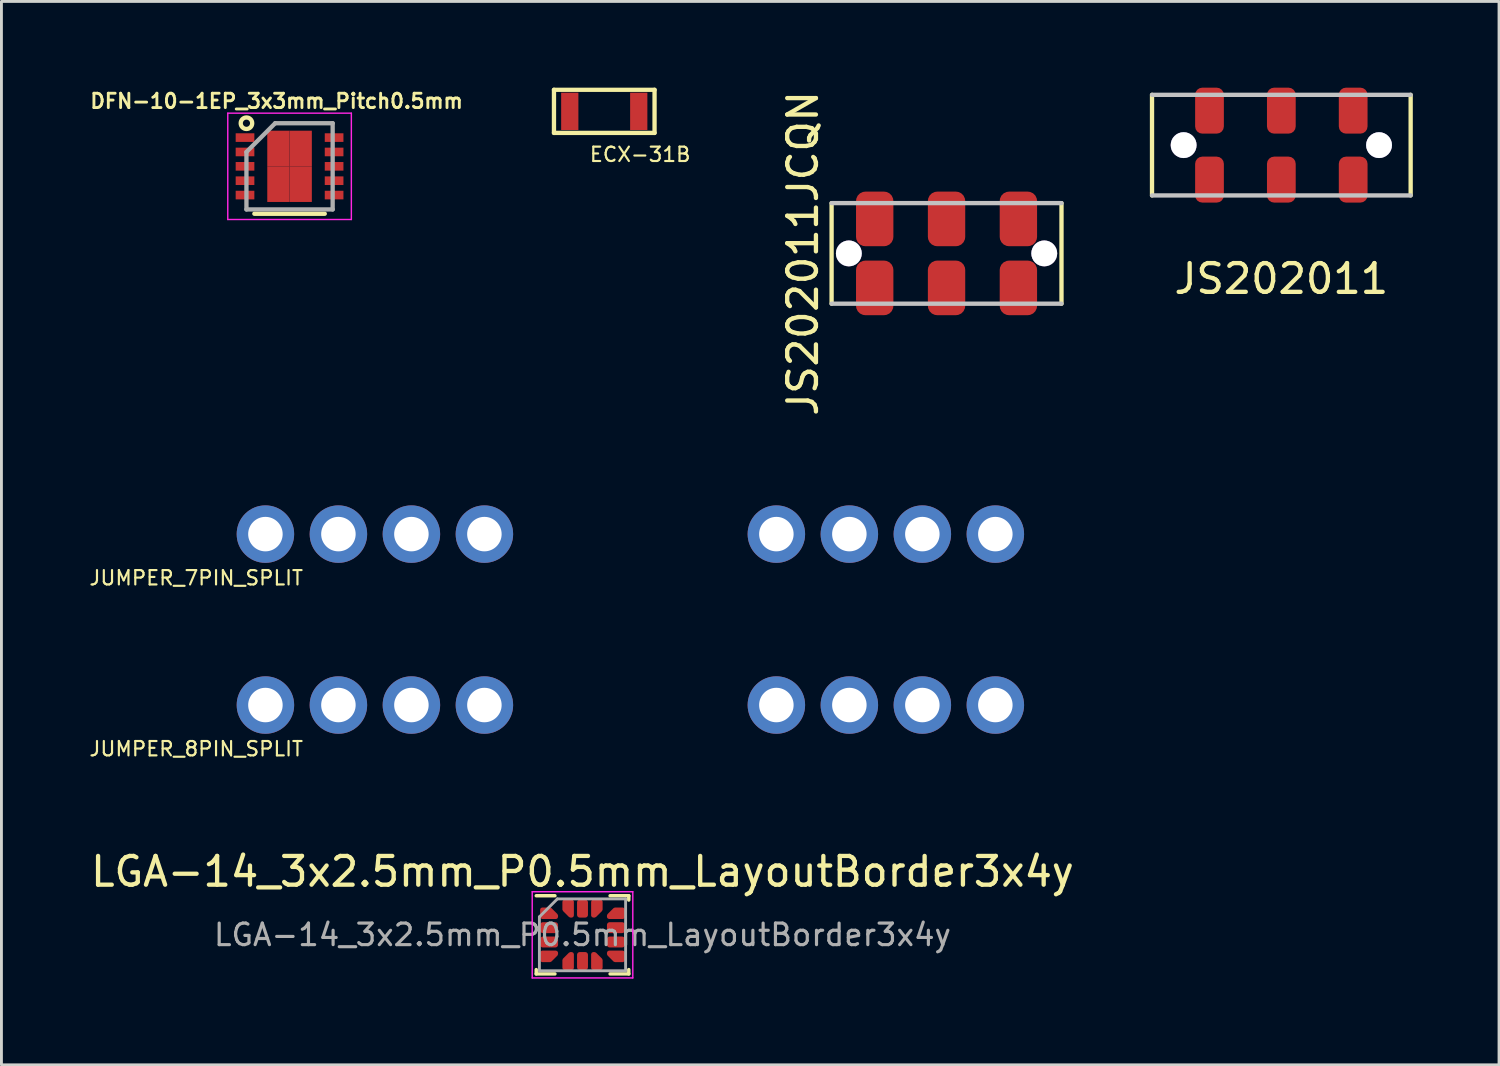
<source format=kicad_pcb>
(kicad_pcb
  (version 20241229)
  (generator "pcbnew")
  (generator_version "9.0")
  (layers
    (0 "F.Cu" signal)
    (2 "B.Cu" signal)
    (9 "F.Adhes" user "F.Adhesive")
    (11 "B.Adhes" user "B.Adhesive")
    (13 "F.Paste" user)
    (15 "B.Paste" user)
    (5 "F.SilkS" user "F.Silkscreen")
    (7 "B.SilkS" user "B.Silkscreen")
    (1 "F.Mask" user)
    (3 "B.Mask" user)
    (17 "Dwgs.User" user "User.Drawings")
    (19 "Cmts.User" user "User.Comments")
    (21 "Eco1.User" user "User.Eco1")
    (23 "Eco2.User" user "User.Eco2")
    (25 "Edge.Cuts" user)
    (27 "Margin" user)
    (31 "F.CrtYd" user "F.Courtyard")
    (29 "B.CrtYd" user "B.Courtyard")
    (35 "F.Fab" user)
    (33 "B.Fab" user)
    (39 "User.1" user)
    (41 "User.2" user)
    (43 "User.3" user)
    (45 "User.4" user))
  (footprint "LGA-14_3x2.5mm_P0.5mm_LayoutBorder3x4y"
    (layer "F.Cu")
    (at 17.22 29.48)
    (property "Reference" "LGA-14_3x2.5mm_P0.5mm_LayoutBorder3x4y" (at 0 -2.2 0) (layer "F.SilkS") (effects (font (size 1 1) (thickness 0.15))))
    (attr smd)
    (fp_line (start -1.61 1.36) (end -1.61 1.21) (stroke (width 0.12) (type solid)) (layer "F.SilkS"))
    (fp_line (start -0.96 -1.36) (end -1.61 -1.36) (stroke (width 0.12) (type solid)) (layer "F.SilkS"))
    (fp_line (start -0.96 1.36) (end -1.61 1.36) (stroke (width 0.12) (type solid)) (layer "F.SilkS"))
    (fp_line (start 0.96 -1.36) (end 1.61 -1.36) (stroke (width 0.12) (type solid)) (layer "F.SilkS"))
    (fp_line (start 0.96 1.36) (end 1.61 1.36) (stroke (width 0.12) (type solid)) (layer "F.SilkS"))
    (fp_line (start 1.61 -1.36) (end 1.61 -1.21) (stroke (width 0.12) (type solid)) (layer "F.SilkS"))
    (fp_line (start 1.61 1.36) (end 1.61 1.21) (stroke (width 0.12) (type solid)) (layer "F.SilkS"))
    (fp_line (start -1.75 -1.5) (end -1.75 1.5) (stroke (width 0.05) (type solid)) (layer "F.CrtYd"))
    (fp_line (start -1.75 1.5) (end 1.75 1.5) (stroke (width 0.05) (type solid)) (layer "F.CrtYd"))
    (fp_line (start 1.75 -1.5) (end -1.75 -1.5) (stroke (width 0.05) (type solid)) (layer "F.CrtYd"))
    (fp_line (start 1.75 1.5) (end 1.75 -1.5) (stroke (width 0.05) (type solid)) (layer "F.CrtYd"))
    (fp_line (start -1.5 -0.625) (end -0.875 -1.25) (stroke (width 0.1) (type solid)) (layer "F.Fab"))
    (fp_line (start -1.5 1.25) (end -1.5 -0.625) (stroke (width 0.1) (type solid)) (layer "F.Fab"))
    (fp_line (start -0.875 -1.25) (end 1.5 -1.25) (stroke (width 0.1) (type solid)) (layer "F.Fab"))
    (fp_line (start 1.5 -1.25) (end 1.5 1.25) (stroke (width 0.1) (type solid)) (layer "F.Fab"))
    (fp_line (start 1.5 1.25) (end -1.5 1.25) (stroke (width 0.1) (type solid)) (layer "F.Fab"))
    (fp_text user "${REFERENCE}" (at 0 0 0) (layer "F.Fab") (effects (font (size 0.75 0.75) (thickness 0.11))))
    (pad "1" smd custom (at -1.163 -0.75) (size 0.223 0.223) (layers "F.Cu" "F.Mask" "F.Paste") (options (anchor circle)) (primitives (gr_poly (pts (xy -0.237 -0.125) (xy 0.031 -0.125) (xy 0.237 0.081) (xy 0.237 0.125) (xy -0.237 0.125)) (width 0.15) (fill yes))))
    (pad "2" smd roundrect (at -1.163 -0.25) (size 0.625 0.38) (layers "F.Cu" "F.Mask" "F.Paste") (roundrect_rratio 0.25))
    (pad "3" smd roundrect (at -1.163 0.25) (size 0.625 0.38) (layers "F.Cu" "F.Mask" "F.Paste") (roundrect_rratio 0.25))
    (pad "4" smd custom (at -1.163 0.75) (size 0.223 0.223) (layers "F.Cu" "F.Mask" "F.Paste") (options (anchor circle)) (primitives (gr_poly (pts (xy -0.237 -0.125) (xy 0.237 -0.125) (xy 0.237 -0.081) (xy 0.031 0.125) (xy -0.237 0.125)) (width 0.15) (fill yes))))
    (pad "5" smd custom (at -0.5 0.912) (size 0.223 0.223) (layers "F.Cu" "F.Mask" "F.Paste") (options (anchor circle)) (primitives (gr_poly (pts (xy -0.125 -0.031) (xy 0.081 -0.237) (xy 0.125 -0.237) (xy 0.125 0.237) (xy -0.125 0.237)) (width 0.15) (fill yes))))
    (pad "6" smd roundrect (at 0 0.912) (size 0.38 0.625) (layers "F.Cu" "F.Mask" "F.Paste") (roundrect_rratio 0.25))
    (pad "7" smd custom (at 0.5 0.912) (size 0.223 0.223) (layers "F.Cu" "F.Mask" "F.Paste") (options (anchor circle)) (primitives (gr_poly (pts (xy -0.125 -0.237) (xy -0.081 -0.237) (xy 0.125 -0.031) (xy 0.125 0.237) (xy -0.125 0.237)) (width 0.15) (fill yes))))
    (pad "8" smd custom (at 1.163 0.75) (size 0.223 0.223) (layers "F.Cu" "F.Mask" "F.Paste") (options (anchor circle)) (primitives (gr_poly (pts (xy -0.237 -0.125) (xy 0.237 -0.125) (xy 0.237 0.125) (xy -0.031 0.125) (xy -0.237 -0.081)) (width 0.15) (fill yes))))
    (pad "9" smd roundrect (at 1.163 0.25) (size 0.625 0.38) (layers "F.Cu" "F.Mask" "F.Paste") (roundrect_rratio 0.25))
    (pad "10" smd roundrect (at 1.163 -0.25) (size 0.625 0.38) (layers "F.Cu" "F.Mask" "F.Paste") (roundrect_rratio 0.25))
    (pad "11" smd custom (at 1.163 -0.75) (size 0.223 0.223) (layers "F.Cu" "F.Mask" "F.Paste") (options (anchor circle)) (primitives (gr_poly (pts (xy -0.237 0.081) (xy -0.031 -0.125) (xy 0.237 -0.125) (xy 0.237 0.125) (xy -0.237 0.125)) (width 0.15) (fill yes))))
    (pad "12" smd custom (at 0.5 -0.912) (size 0.223 0.223) (layers "F.Cu" "F.Mask" "F.Paste") (options (anchor circle)) (primitives (gr_poly (pts (xy -0.125 -0.237) (xy 0.125 -0.237) (xy 0.125 0.031) (xy -0.081 0.237) (xy -0.125 0.237)) (width 0.15) (fill yes))))
    (pad "13" smd roundrect (at 0 -0.912) (size 0.38 0.625) (layers "F.Cu" "F.Mask" "F.Paste") (roundrect_rratio 0.25))
    (pad "14" smd custom (at -0.5 -0.912) (size 0.223 0.223) (layers "F.Cu" "F.Mask" "F.Paste") (options (anchor circle)) (primitives (gr_poly (pts (xy -0.125 -0.237) (xy 0.125 -0.237) (xy 0.125 0.237) (xy 0.081 0.237) (xy -0.125 0.031)) (width 0.15) (fill yes)))))
  (footprint "JUMPER_8PIN_SPLIT"
    (layer "F.Cu")
    (at 18.886 21.484)
    (property "Reference" "JUMPER_8PIN_SPLIT" (at -15.109 1.524 0) (layer "F.SilkS") (effects (font (size 0.5 0.5) (thickness 0.075))))
    (attr through_hole)
    (pad "1" thru_hole circle (at -12.7 0) (size 2 2) (drill 1.2) (layers "*.Cu" "*.Mask"))
    (pad "2" thru_hole circle (at -10.16 0) (size 2 2) (drill 1.2) (layers "*.Cu" "*.Mask"))
    (pad "3" thru_hole circle (at -7.62 0) (size 2 2) (drill 1.2) (layers "*.Cu" "*.Mask"))
    (pad "4" thru_hole circle (at -5.08 0) (size 2 2) (drill 1.2) (layers "*.Cu" "*.Mask"))
    (pad "5" thru_hole circle (at 5.08 0) (size 2 2) (drill 1.2) (layers "*.Cu" "*.Mask"))
    (pad "6" thru_hole circle (at 7.62 0) (size 2 2) (drill 1.2) (layers "*.Cu" "*.Mask"))
    (pad "7" thru_hole circle (at 10.16 0) (size 2 2) (drill 1.2) (layers "*.Cu" "*.Mask"))
    (pad "8" thru_hole circle (at 12.7 0) (size 2 2) (drill 1.2) (layers "*.Cu" "*.Mask")))
  (footprint "JUMPER_7PIN_SPLIT"
    (layer "F.Cu")
    (at 18.886 15.536)
    (property "Reference" "JUMPER_7PIN_SPLIT" (at -15.109 1.524 0) (layer "F.SilkS") (effects (font (size 0.5 0.5) (thickness 0.075))))
    (attr through_hole)
    (pad "1" thru_hole circle (at -12.7 0) (size 2 2) (drill 1.2) (layers "*.Cu" "*.Mask"))
    (pad "2" thru_hole circle (at -10.16 0) (size 2 2) (drill 1.2) (layers "*.Cu" "*.Mask"))
    (pad "3" thru_hole circle (at -7.62 0) (size 2 2) (drill 1.2) (layers "*.Cu" "*.Mask"))
    (pad "4" thru_hole circle (at -5.08 0) (size 2 2) (drill 1.2) (layers "*.Cu" "*.Mask"))
    (pad "5" thru_hole circle (at 5.08 0) (size 2 2) (drill 1.2) (layers "*.Cu" "*.Mask"))
    (pad "6" thru_hole circle (at 7.62 0) (size 2 2) (drill 1.2) (layers "*.Cu" "*.Mask"))
    (pad "7" thru_hole circle (at 10.16 0) (size 2 2) (drill 1.2) (layers "*.Cu" "*.Mask"))
    (pad "8" thru_hole circle (at 12.7 0) (size 2 2) (drill 1.2) (layers "*.Cu" "*.Mask")))
  (footprint "DFN-10-1EP_3x3mm_Pitch0.5mm"
    (layer "F.Cu")
    (at 7.026 2.738)
    (property "Reference" "DFN-10-1EP_3x3mm_Pitch0.5mm" (at -0.45 -2.27 0) (layer "F.SilkS") (effects (font (size 0.5 0.5) (thickness 0.1))))
    (attr smd)
    (fp_line (start -1.225 1.65) (end 1.225 1.65) (stroke (width 0.15) (type solid)) (layer "F.SilkS"))
    (fp_circle (center -1.5 -1.5) (end -1.5 -1.7) (stroke (width 0.15) (type solid)) (fill no) (layer "F.SilkS"))
    (fp_line (start -2.15 -1.85) (end -2.15 1.85) (stroke (width 0.05) (type solid)) (layer "F.CrtYd"))
    (fp_line (start -2.15 -1.85) (end 2.15 -1.85) (stroke (width 0.05) (type solid)) (layer "F.CrtYd"))
    (fp_line (start -2.15 1.85) (end 2.15 1.85) (stroke (width 0.05) (type solid)) (layer "F.CrtYd"))
    (fp_line (start 2.15 -1.85) (end 2.15 1.85) (stroke (width 0.05) (type solid)) (layer "F.CrtYd"))
    (fp_line (start -1.5 -0.5) (end -0.5 -1.5) (stroke (width 0.15) (type solid)) (layer "F.Fab"))
    (fp_line (start -1.5 1.5) (end -1.5 -0.5) (stroke (width 0.15) (type solid)) (layer "F.Fab"))
    (fp_line (start -0.5 -1.5) (end 1.5 -1.5) (stroke (width 0.15) (type solid)) (layer "F.Fab"))
    (fp_line (start 1.5 -1.5) (end 1.5 1.5) (stroke (width 0.15) (type solid)) (layer "F.Fab"))
    (fp_line (start 1.5 1.5) (end -1.5 1.5) (stroke (width 0.15) (type solid)) (layer "F.Fab"))
    (pad "1" smd rect (at -1.55 -1) (size 0.65 0.3) (layers "F.Cu" "F.Mask" "F.Paste"))
    (pad "2" smd rect (at -1.55 -0.5) (size 0.65 0.3) (layers "F.Cu" "F.Mask" "F.Paste"))
    (pad "3" smd rect (at -1.55 0) (size 0.65 0.3) (layers "F.Cu" "F.Mask" "F.Paste"))
    (pad "4" smd rect (at -1.55 0.5) (size 0.65 0.3) (layers "F.Cu" "F.Mask" "F.Paste"))
    (pad "5" smd rect (at -1.55 1) (size 0.65 0.3) (layers "F.Cu" "F.Mask" "F.Paste"))
    (pad "6" smd rect (at 1.55 1) (size 0.65 0.3) (layers "F.Cu" "F.Mask" "F.Paste"))
    (pad "7" smd rect (at 1.55 0.5) (size 0.65 0.3) (layers "F.Cu" "F.Mask" "F.Paste"))
    (pad "8" smd rect (at 1.55 0) (size 0.65 0.3) (layers "F.Cu" "F.Mask" "F.Paste"))
    (pad "9" smd rect (at 1.55 -0.5) (size 0.65 0.3) (layers "F.Cu" "F.Mask" "F.Paste"))
    (pad "10" smd rect (at 1.55 -1) (size 0.65 0.3) (layers "F.Cu" "F.Mask" "F.Paste"))
    (pad "11" smd rect (at -0.388 -0.62) (size 0.775 1.24) (layers "F.Cu" "F.Mask" "F.Paste"))
    (pad "11" smd rect (at -0.388 0.62) (size 0.775 1.24) (layers "F.Cu" "F.Mask" "F.Paste"))
    (pad "11" smd rect (at 0.388 -0.62) (size 0.775 1.24) (layers "F.Cu" "F.Mask" "F.Paste"))
    (pad "11" smd rect (at 0.388 0.62) (size 0.775 1.24) (layers "F.Cu" "F.Mask" "F.Paste")))
  (footprint "JS202011JCQN"
    (layer "F.Cu")
    (at 29.888 5.768)
    (property "Reference" "JS202011JCQN" (at -5 0 270) (layer "F.SilkS") (effects (font (size 1 1) (thickness 0.15))))
    (attr through_hole)
    (fp_line (start -4 -1.75) (end -4 1.75) (stroke (width 0.15) (type solid)) (layer "F.SilkS"))
    (fp_line (start 4 -1.75) (end 4 1.75) (stroke (width 0.15) (type solid)) (layer "F.SilkS"))
    (fp_line (start -4 -1.75) (end 4 -1.75) (stroke (width 0.15) (type solid)) (layer "Dwgs.User"))
    (fp_line (start -4 1.75) (end 4 1.75) (stroke (width 0.15) (type solid)) (layer "Dwgs.User"))
    (pad "1" smd roundrect (at -2.5 -1.2) (size 1.3 1.9) (layers "F.Cu" "F.Mask" "F.Paste") (roundrect_rratio 0.25))
    (pad "2" smd roundrect (at 0 -1.2) (size 1.3 1.9) (layers "F.Cu" "F.Mask" "F.Paste") (roundrect_rratio 0.25))
    (pad "3" smd roundrect (at 2.5 -1.2) (size 1.3 1.9) (layers "F.Cu" "F.Mask" "F.Paste") (roundrect_rratio 0.25))
    (pad "5" smd roundrect (at -2.5 1.2) (size 1.3 1.9) (layers "F.Cu" "F.Mask" "F.Paste") (roundrect_rratio 0.25))
    (pad "6" smd roundrect (at 0 1.2) (size 1.3 1.9) (layers "F.Cu" "F.Mask" "F.Paste") (roundrect_rratio 0.25))
    (pad "7" smd roundrect (at 2.5 1.2) (size 1.3 1.9) (layers "F.Cu" "F.Mask" "F.Paste") (roundrect_rratio 0.25))
    (pad "~" thru_hole circle (at -3.4 0) (size 0.9 0.9) (drill 0.9) (layers "*.Cu" "*.Mask"))
    (pad "~" thru_hole circle (at 3.4 0) (size 0.9 0.9) (drill 0.9) (layers "*.Cu" "*.Mask")))
  (footprint "JS202011"
    (layer "F.Cu")
    (at 41.538 2)
    (property "Reference" "JS202011" (at 0 4.65 0) (layer "F.SilkS") (effects (font (size 1 1) (thickness 0.15))))
    (attr through_hole)
    (fp_line (start -4.5 -1.75) (end -4.5 1.75) (stroke (width 0.15) (type solid)) (layer "F.SilkS"))
    (fp_line (start 4.5 -1.75) (end 4.5 1.75) (stroke (width 0.15) (type solid)) (layer "F.SilkS"))
    (fp_line (start -4.5 -1.75) (end 4.5 -1.75) (stroke (width 0.15) (type solid)) (layer "Dwgs.User"))
    (fp_line (start -4.5 1.75) (end 4.5 1.75) (stroke (width 0.15) (type solid)) (layer "Dwgs.User"))
    (pad "1" smd roundrect (at -2.5 -1.2) (size 1 1.6) (layers "F.Cu" "F.Mask" "F.Paste") (roundrect_rratio 0.25))
    (pad "2" smd roundrect (at 0 -1.2) (size 1 1.6) (layers "F.Cu" "F.Mask" "F.Paste") (roundrect_rratio 0.25))
    (pad "3" smd roundrect (at 2.5 -1.2) (size 1 1.6) (layers "F.Cu" "F.Mask" "F.Paste") (roundrect_rratio 0.25))
    (pad "5" smd roundrect (at -2.5 1.2) (size 1 1.6) (layers "F.Cu" "F.Mask" "F.Paste") (roundrect_rratio 0.25))
    (pad "6" smd roundrect (at 0 1.2) (size 1 1.6) (layers "F.Cu" "F.Mask" "F.Paste") (roundrect_rratio 0.25))
    (pad "7" smd roundrect (at 2.5 1.2) (size 1 1.6) (layers "F.Cu" "F.Mask" "F.Paste") (roundrect_rratio 0.25))
    (pad "~" thru_hole circle (at -3.4 0) (size 0.9 0.9) (drill 0.9) (layers "*.Cu" "*.Mask"))
    (pad "~" thru_hole circle (at 3.4 0) (size 0.9 0.9) (drill 0.9) (layers "*.Cu" "*.Mask")))
  (footprint "ECX-31B"
    (layer "F.Cu")
    (at 17.977 0.825)
    (property "Reference" "ECX-31B" (at 1.25 1.5 0) (layer "F.SilkS") (effects (font (size 0.5 0.5) (thickness 0.075))))
    (attr through_hole)
    (fp_line (start -1.75 -0.75) (end 1.75 -0.75) (stroke (width 0.15) (type solid)) (layer "F.SilkS"))
    (fp_line (start -1.75 0.75) (end -1.75 -0.75) (stroke (width 0.15) (type solid)) (layer "F.SilkS"))
    (fp_line (start 1.75 -0.75) (end 1.75 0.75) (stroke (width 0.15) (type solid)) (layer "F.SilkS"))
    (fp_line (start 1.75 0.75) (end -1.75 0.75) (stroke (width 0.15) (type solid)) (layer "F.SilkS"))
    (pad "1" smd rect (at -1.2 0) (size 0.6 1.3) (layers "F.Cu" "F.Mask" "F.Paste"))
    (pad "2" smd rect (at 1.2 0) (size 0.6 1.3) (layers "F.Cu" "F.Mask" "F.Paste")))
  (gr_rect
    (start -3 -3)
    (end 49.113 34.005)
    (stroke (width 0.1) (type default))
    (fill no)
    (layer "Edge.Cuts")))
</source>
